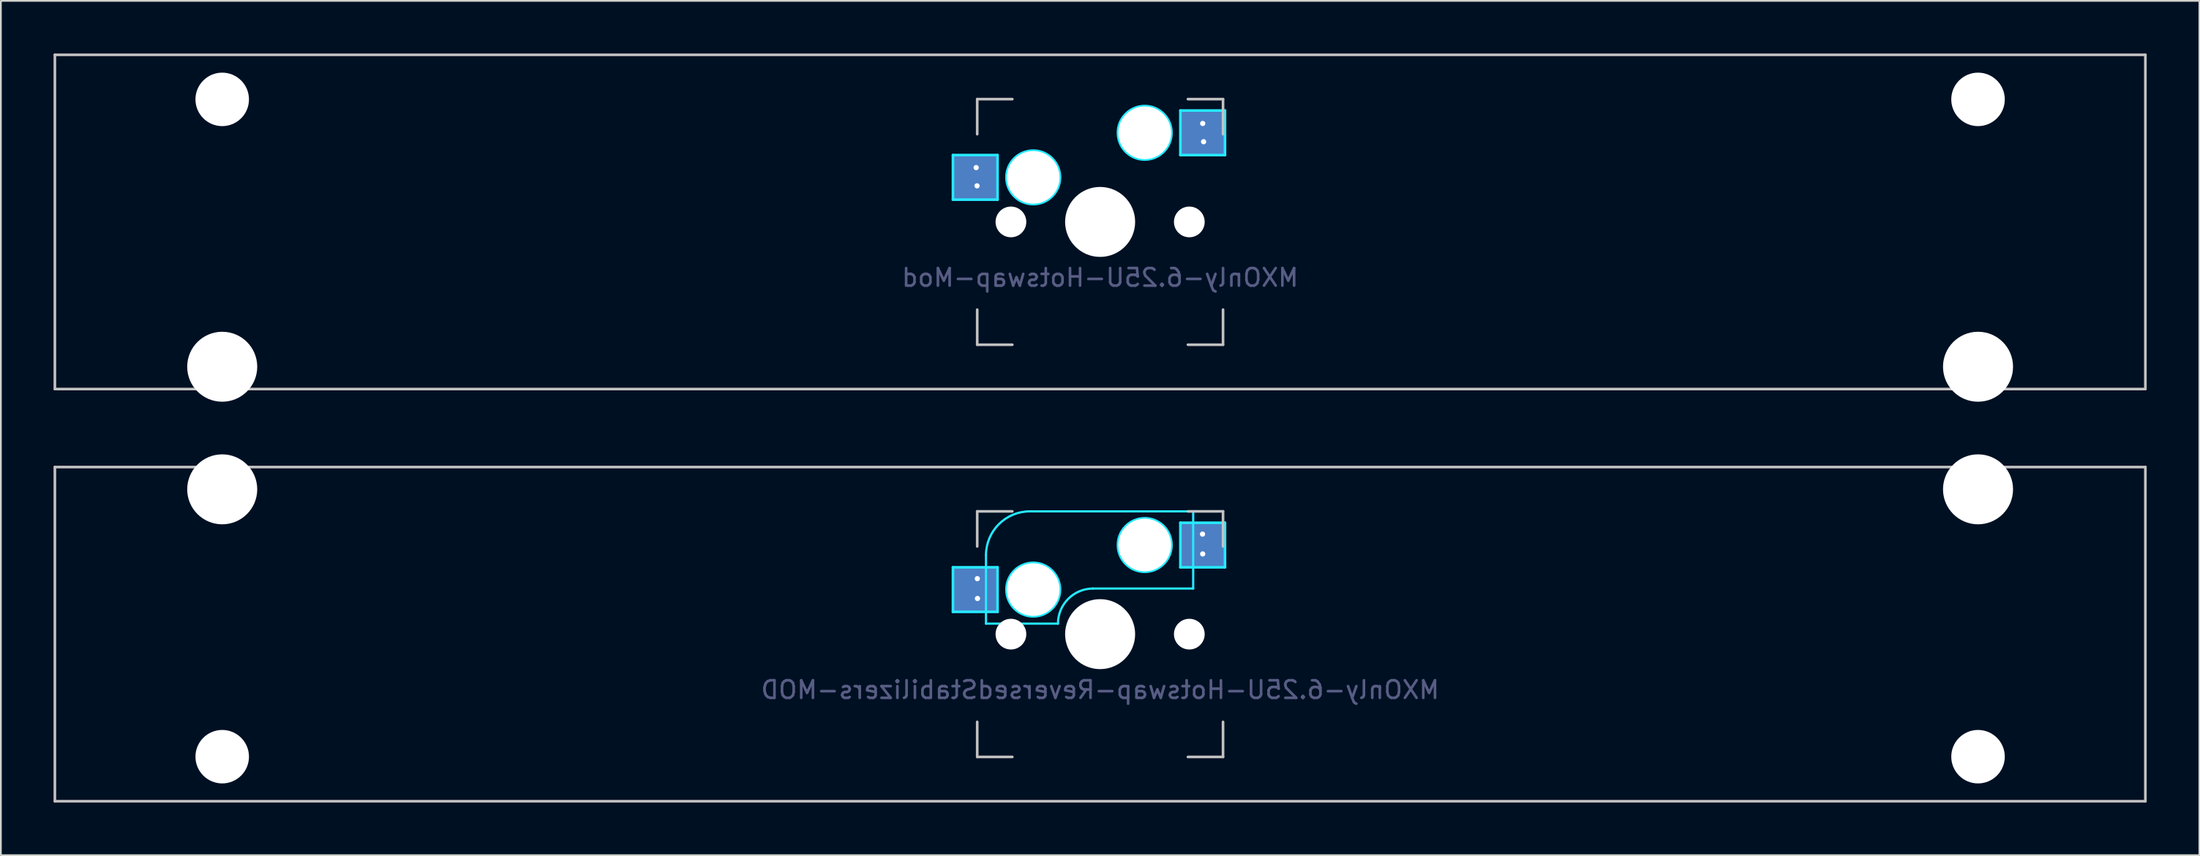
<source format=kicad_pcb>
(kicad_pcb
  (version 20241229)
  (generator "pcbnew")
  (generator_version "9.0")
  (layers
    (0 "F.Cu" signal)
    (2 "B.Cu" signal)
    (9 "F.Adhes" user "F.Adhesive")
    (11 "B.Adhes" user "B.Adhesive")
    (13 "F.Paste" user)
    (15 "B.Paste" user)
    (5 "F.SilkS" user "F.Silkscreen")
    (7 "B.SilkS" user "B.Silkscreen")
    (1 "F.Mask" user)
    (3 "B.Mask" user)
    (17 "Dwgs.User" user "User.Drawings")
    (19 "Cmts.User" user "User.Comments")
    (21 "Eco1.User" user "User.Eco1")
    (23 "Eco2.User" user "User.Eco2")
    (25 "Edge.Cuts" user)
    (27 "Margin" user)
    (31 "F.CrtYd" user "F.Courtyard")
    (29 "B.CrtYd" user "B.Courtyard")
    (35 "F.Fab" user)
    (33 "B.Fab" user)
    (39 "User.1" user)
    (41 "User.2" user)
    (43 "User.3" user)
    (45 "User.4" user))
  (footprint "MXOnly-6.25U-Hotswap-Mod"
    (layer "F.Cu")
    (at 59.606 9.6)
    (property "Reference" "MXOnly-6.25U-Hotswap-Mod" (at 0 3.175 0) (layer "B.Fab") (effects (font (size 1 1) (thickness 0.15)) (justify mirror)))
    (attr smd)
    (fp_line (start -59.531 -9.525) (end 59.531 -9.525) (stroke (width 0.15) (type solid)) (layer "Dwgs.User"))
    (fp_line (start -59.531 9.525) (end -59.531 -9.525) (stroke (width 0.15) (type solid)) (layer "Dwgs.User"))
    (fp_line (start -7 -7) (end -7 -5) (stroke (width 0.15) (type solid)) (layer "Dwgs.User"))
    (fp_line (start -7 5) (end -7 7) (stroke (width 0.15) (type solid)) (layer "Dwgs.User"))
    (fp_line (start -7 7) (end -5 7) (stroke (width 0.15) (type solid)) (layer "Dwgs.User"))
    (fp_line (start -5 -7) (end -7 -7) (stroke (width 0.15) (type solid)) (layer "Dwgs.User"))
    (fp_line (start 5 -7) (end 7 -7) (stroke (width 0.15) (type solid)) (layer "Dwgs.User"))
    (fp_line (start 5 7) (end 7 7) (stroke (width 0.15) (type solid)) (layer "Dwgs.User"))
    (fp_line (start 7 -7) (end 7 -5) (stroke (width 0.15) (type solid)) (layer "Dwgs.User"))
    (fp_line (start 7 7) (end 7 5) (stroke (width 0.15) (type solid)) (layer "Dwgs.User"))
    (fp_line (start 59.531 -9.525) (end 59.531 9.525) (stroke (width 0.15) (type solid)) (layer "Dwgs.User"))
    (fp_line (start 59.531 9.525) (end -59.531 9.525) (stroke (width 0.15) (type solid)) (layer "Dwgs.User"))
    (fp_line (start -8.382 -3.81) (end -5.842 -3.81) (stroke (width 0.15) (type solid)) (layer "B.CrtYd"))
    (fp_line (start -8.382 -1.27) (end -8.382 -3.81) (stroke (width 0.15) (type solid)) (layer "B.CrtYd"))
    (fp_line (start -5.842 -3.81) (end -5.842 -1.27) (stroke (width 0.15) (type solid)) (layer "B.CrtYd"))
    (fp_line (start -5.842 -1.27) (end -8.382 -1.27) (stroke (width 0.15) (type solid)) (layer "B.CrtYd"))
    (fp_line (start 4.572 -6.35) (end 7.112 -6.35) (stroke (width 0.15) (type solid)) (layer "B.CrtYd"))
    (fp_line (start 4.572 -3.81) (end 4.572 -6.35) (stroke (width 0.15) (type solid)) (layer "B.CrtYd"))
    (fp_line (start 7.112 -6.35) (end 7.112 -3.81) (stroke (width 0.15) (type solid)) (layer "B.CrtYd"))
    (fp_line (start 7.112 -3.81) (end 4.572 -3.81) (stroke (width 0.15) (type solid)) (layer "B.CrtYd"))
    (fp_circle (center -3.81 -2.54) (end -3.81 -4.064) (stroke (width 0.15) (type solid)) (fill no) (layer "B.CrtYd"))
    (fp_circle (center 2.54 -5.08) (end 2.54 -6.604) (stroke (width 0.15) (type solid)) (fill no) (layer "B.CrtYd"))
    (pad "" np_thru_hole circle (at -50 -6.985) (size 3.048 3.048) (drill 3.048) (layers "*.Cu" "*.Mask"))
    (pad "" np_thru_hole circle (at -50 8.255) (size 3.988 3.988) (drill 3.988) (layers "*.Cu" "*.Mask"))
    (pad "" np_thru_hole circle (at -5.08 0 48.1) (size 1.75 1.75) (drill 1.75) (layers "*.Cu" "*.Mask"))
    (pad "" np_thru_hole circle (at -3.81 -2.54) (size 3 3) (drill 3) (layers "*.Cu" "*.Mask"))
    (pad "" np_thru_hole circle (at 0 0) (size 3.988 3.988) (drill 3.988) (layers "*.Cu" "*.Mask"))
    (pad "" np_thru_hole circle (at 2.54 -5.08) (size 3 3) (drill 3) (layers "*.Cu" "*.Mask"))
    (pad "" np_thru_hole circle (at 5.08 0 48.1) (size 1.75 1.75) (drill 1.75) (layers "*.Cu" "*.Mask"))
    (pad "" np_thru_hole circle (at 50 -6.985) (size 3.048 3.048) (drill 3.048) (layers "*.Cu" "*.Mask"))
    (pad "" np_thru_hole circle (at 50 8.255) (size 3.988 3.988) (drill 3.988) (layers "*.Cu" "*.Mask"))
    (pad "1" smd rect (at -7.085 -2.54) (size 2.55 2.5) (layers "B.Cu" "B.Mask" "B.Paste"))
    (pad "1" thru_hole circle (at -7.06 -3.097) (size 0.6 0.6) (drill 0.3) (layers "*.Cu" "*.Mask"))
    (pad "1" thru_hole circle (at -7.01 -2.057) (size 0.6 0.6) (drill 0.3) (layers "*.Cu" "*.Mask"))
    (pad "2" smd rect (at 5.842 -5.08) (size 2.55 2.5) (layers "B.Cu" "B.Mask" "B.Paste"))
    (pad "2" thru_hole circle (at 5.843 -5.612) (size 0.6 0.6) (drill 0.3) (layers "*.Cu" "*.Mask"))
    (pad "2" thru_hole circle (at 5.893 -4.572) (size 0.6 0.6) (drill 0.3) (layers "*.Cu" "*.Mask")))
  (footprint "MXOnly-6.25U-Hotswap-ReversedStabilizers-MOD"
    (layer "F.Cu")
    (at 59.606 33.098)
    (property "Reference" "MXOnly-6.25U-Hotswap-ReversedStabilizers-MOD" (at 0 3.175 0) (layer "B.Fab") (effects (font (size 1 1) (thickness 0.15)) (justify mirror)))
    (attr smd)
    (fp_line (start -59.531 -9.525) (end 59.531 -9.525) (stroke (width 0.15) (type solid)) (layer "Dwgs.User"))
    (fp_line (start -59.531 9.525) (end -59.531 -9.525) (stroke (width 0.15) (type solid)) (layer "Dwgs.User"))
    (fp_line (start -7 -7) (end -7 -5) (stroke (width 0.15) (type solid)) (layer "Dwgs.User"))
    (fp_line (start -7 5) (end -7 7) (stroke (width 0.15) (type solid)) (layer "Dwgs.User"))
    (fp_line (start -7 7) (end -5 7) (stroke (width 0.15) (type solid)) (layer "Dwgs.User"))
    (fp_line (start -5 -7) (end -7 -7) (stroke (width 0.15) (type solid)) (layer "Dwgs.User"))
    (fp_line (start 5 -7) (end 7 -7) (stroke (width 0.15) (type solid)) (layer "Dwgs.User"))
    (fp_line (start 5 7) (end 7 7) (stroke (width 0.15) (type solid)) (layer "Dwgs.User"))
    (fp_line (start 7 -7) (end 7 -5) (stroke (width 0.15) (type solid)) (layer "Dwgs.User"))
    (fp_line (start 7 7) (end 7 5) (stroke (width 0.15) (type solid)) (layer "Dwgs.User"))
    (fp_line (start 59.531 -9.525) (end 59.531 9.525) (stroke (width 0.15) (type solid)) (layer "Dwgs.User"))
    (fp_line (start 59.531 9.525) (end -59.531 9.525) (stroke (width 0.15) (type solid)) (layer "Dwgs.User"))
    (fp_line (start -8.382 -3.81) (end -5.842 -3.81) (stroke (width 0.15) (type solid)) (layer "B.CrtYd"))
    (fp_line (start -8.382 -1.27) (end -8.382 -3.81) (stroke (width 0.15) (type solid)) (layer "B.CrtYd"))
    (fp_line (start -6.5 -4.5) (end -6.5 -0.6) (stroke (width 0.127) (type solid)) (layer "B.CrtYd"))
    (fp_line (start -6.5 -0.6) (end -2.4 -0.6) (stroke (width 0.127) (type solid)) (layer "B.CrtYd"))
    (fp_line (start -5.842 -3.81) (end -5.842 -1.27) (stroke (width 0.15) (type solid)) (layer "B.CrtYd"))
    (fp_line (start -5.842 -1.27) (end -8.382 -1.27) (stroke (width 0.15) (type solid)) (layer "B.CrtYd"))
    (fp_line (start -0.4 -2.6) (end 5.3 -2.6) (stroke (width 0.127) (type solid)) (layer "B.CrtYd"))
    (fp_line (start 4.572 -6.35) (end 7.112 -6.35) (stroke (width 0.15) (type solid)) (layer "B.CrtYd"))
    (fp_line (start 4.572 -3.81) (end 4.572 -6.35) (stroke (width 0.15) (type solid)) (layer "B.CrtYd"))
    (fp_line (start 5.3 -7) (end -4 -7) (stroke (width 0.127) (type solid)) (layer "B.CrtYd"))
    (fp_line (start 5.3 -7) (end 5.3 -2.6) (stroke (width 0.127) (type solid)) (layer "B.CrtYd"))
    (fp_line (start 7.112 -6.35) (end 7.112 -3.81) (stroke (width 0.15) (type solid)) (layer "B.CrtYd"))
    (fp_line (start 7.112 -3.81) (end 4.572 -3.81) (stroke (width 0.15) (type solid)) (layer "B.CrtYd"))
    (fp_arc (start -6.5 -4.5) (mid -5.767767 -6.267767) (end -4 -7) (stroke (width 0.127) (type solid)) (layer "B.CrtYd"))
    (fp_arc (start -2.4 -0.6) (mid -1.814214 -2.014214) (end -0.4 -2.6) (stroke (width 0.127) (type solid)) (layer "B.CrtYd"))
    (fp_circle (center -3.81 -2.54) (end -3.81 -4.064) (stroke (width 0.15) (type solid)) (fill no) (layer "B.CrtYd"))
    (fp_circle (center 2.54 -5.08) (end 2.54 -6.604) (stroke (width 0.15) (type solid)) (fill no) (layer "B.CrtYd"))
    (pad "" np_thru_hole circle (at -50 -8.255) (size 3.988 3.988) (drill 3.988) (layers "*.Cu" "*.Mask"))
    (pad "" np_thru_hole circle (at -50 6.985) (size 3.048 3.048) (drill 3.048) (layers "*.Cu" "*.Mask"))
    (pad "" np_thru_hole circle (at -5.08 0 48.1) (size 1.75 1.75) (drill 1.75) (layers "*.Cu" "*.Mask"))
    (pad "" np_thru_hole circle (at -3.81 -2.54) (size 3 3) (drill 3) (layers "*.Cu" "*.Mask"))
    (pad "" np_thru_hole circle (at 0 0) (size 3.988 3.988) (drill 3.988) (layers "*.Cu" "*.Mask"))
    (pad "" np_thru_hole circle (at 2.54 -5.08) (size 3 3) (drill 3) (layers "*.Cu" "*.Mask"))
    (pad "" np_thru_hole circle (at 5.08 0 48.1) (size 1.75 1.75) (drill 1.75) (layers "*.Cu" "*.Mask"))
    (pad "" np_thru_hole circle (at 50 -8.255) (size 3.988 3.988) (drill 3.988) (layers "*.Cu" "*.Mask"))
    (pad "" np_thru_hole circle (at 50 6.985) (size 3.048 3.048) (drill 3.048) (layers "*.Cu" "*.Mask"))
    (pad "1" smd rect (at -7.085 -2.54) (size 2.55 2.5) (layers "B.Cu" "B.Mask" "B.Paste"))
    (pad "1" thru_hole circle (at -6.995 -3.162) (size 0.6 0.6) (drill 0.3) (layers "*.Cu" "*.Mask"))
    (pad "1" thru_hole circle (at -6.985 -2.032) (size 0.6 0.6) (drill 0.3) (layers "*.Cu" "*.Mask"))
    (pad "2" thru_hole circle (at 5.832 -5.702) (size 0.6 0.6) (drill 0.3) (layers "*.Cu" "*.Mask"))
    (pad "2" smd rect (at 5.842 -5.08) (size 2.55 2.5) (layers "B.Cu" "B.Mask" "B.Paste"))
    (pad "2" thru_hole circle (at 5.842 -4.572) (size 0.6 0.6) (drill 0.3) (layers "*.Cu" "*.Mask")))
  (gr_rect
    (start -3 -3)
    (end 122.213 45.698)
    (stroke (width 0.1) (type default))
    (fill no)
    (layer "Edge.Cuts")))
</source>
